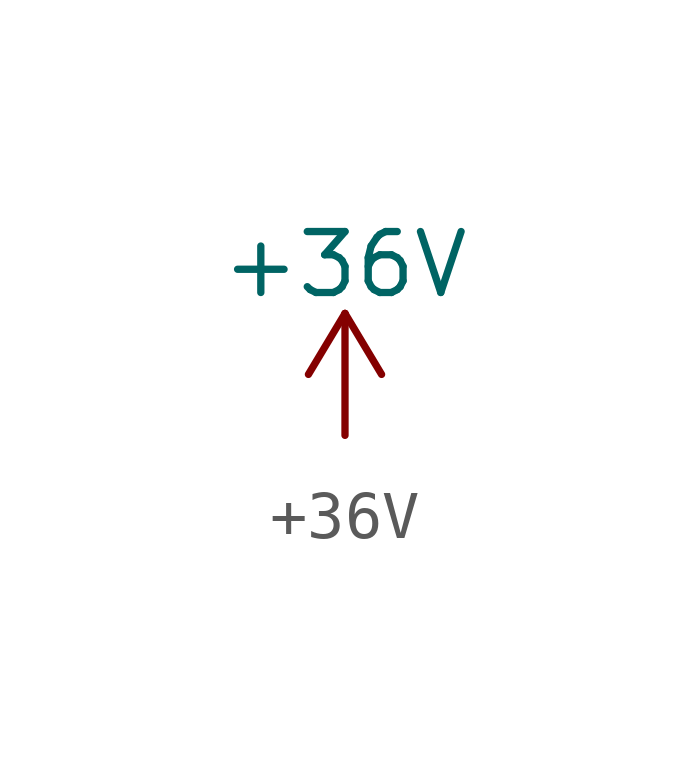
<source format=kicad_sym>
(kicad_symbol_lib
  (version 20220914)
  (generator kicad_symbol_editor)
  (symbol "+36V"
    (power)
    (pin_names
      (offset 0))
    (property "Reference" "#PWR"
      (at 0 -3.81 0)
      (effects (font (size 1.27 1.27)) hide))
    (property "Value" "+36V"
      (at 0 3.556 0)
      (effects (font (size 1.27 1.27))))
    (symbol "+36V_0_1"
      (polyline (pts (xy -0.762 1.27) (xy 0 2.54)) (stroke (width 0) (type solid)) (fill (type none)))
      (polyline (pts (xy 0 0) (xy 0 2.54)) (stroke (width 0) (type solid)) (fill (type none)))
      (polyline (pts (xy 0 2.54) (xy 0.762 1.27)) (stroke (width 0) (type solid)) (fill (type none))))
    (symbol "+36V_1_1"
      (pin power_in line (at 0 0 90) (length 0) hide (name "+36V" (effects (font (size 1.27 1.27)))) (number "1" (effects (font (size 1.27 1.27))))))))
</source>
